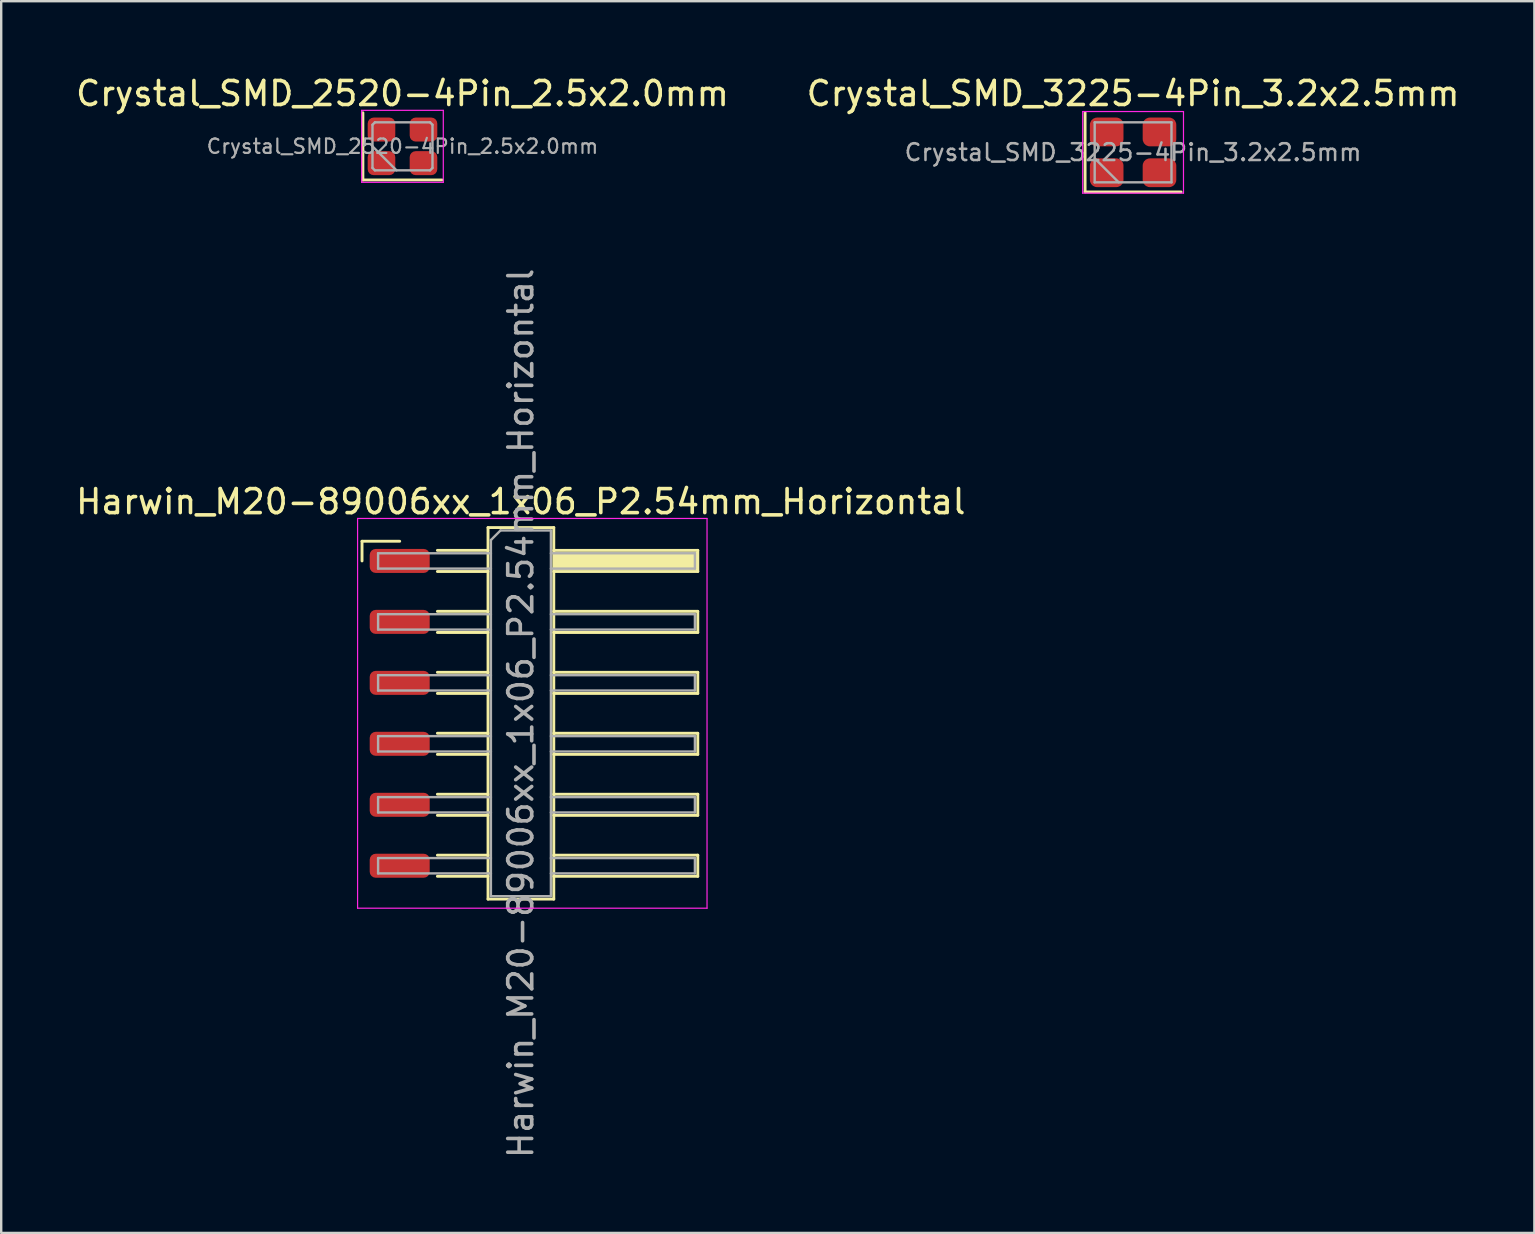
<source format=kicad_pcb>
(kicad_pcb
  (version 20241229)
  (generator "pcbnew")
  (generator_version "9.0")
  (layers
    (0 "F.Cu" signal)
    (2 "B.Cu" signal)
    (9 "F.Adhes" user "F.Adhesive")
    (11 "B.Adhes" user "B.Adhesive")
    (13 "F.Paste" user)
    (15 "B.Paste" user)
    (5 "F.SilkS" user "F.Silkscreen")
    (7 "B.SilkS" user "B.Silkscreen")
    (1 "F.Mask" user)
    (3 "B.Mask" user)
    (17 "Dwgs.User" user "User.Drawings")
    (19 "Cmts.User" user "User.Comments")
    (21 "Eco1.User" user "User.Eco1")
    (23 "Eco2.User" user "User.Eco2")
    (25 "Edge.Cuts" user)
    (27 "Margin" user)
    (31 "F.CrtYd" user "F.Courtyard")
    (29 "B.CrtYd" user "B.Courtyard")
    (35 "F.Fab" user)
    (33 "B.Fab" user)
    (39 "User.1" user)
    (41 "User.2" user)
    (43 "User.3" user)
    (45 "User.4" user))
  (footprint "Crystal_SMD_2520-4Pin_2.5x2.0mm"
    (layer "F.Cu")
    (at 13.72 3.048)
    (property "Reference" "Crystal_SMD_2520-4Pin_2.5x2.0mm" (at 0 -2.2 0) (layer "F.SilkS") (effects (font (size 1 1) (thickness 0.15))))
    (attr smd)
    (fp_line (start -1.65 -1.4) (end -1.65 1.4) (stroke (width 0.12) (type solid)) (layer "F.SilkS"))
    (fp_line (start -1.65 1.4) (end 1.65 1.4) (stroke (width 0.12) (type solid)) (layer "F.SilkS"))
    (fp_line (start -1.7 -1.5) (end -1.7 1.5) (stroke (width 0.05) (type solid)) (layer "F.CrtYd"))
    (fp_line (start -1.7 1.5) (end 1.7 1.5) (stroke (width 0.05) (type solid)) (layer "F.CrtYd"))
    (fp_line (start 1.7 -1.5) (end -1.7 -1.5) (stroke (width 0.05) (type solid)) (layer "F.CrtYd"))
    (fp_line (start 1.7 1.5) (end 1.7 -1.5) (stroke (width 0.05) (type solid)) (layer "F.CrtYd"))
    (fp_line (start -1.25 -0.9) (end -1.15 -1) (stroke (width 0.1) (type solid)) (layer "F.Fab"))
    (fp_line (start -1.25 0) (end -0.25 1) (stroke (width 0.1) (type solid)) (layer "F.Fab"))
    (fp_line (start -1.25 0.9) (end -1.25 -0.9) (stroke (width 0.1) (type solid)) (layer "F.Fab"))
    (fp_line (start -1.15 -1) (end 1.15 -1) (stroke (width 0.1) (type solid)) (layer "F.Fab"))
    (fp_line (start -1.15 1) (end -1.25 0.9) (stroke (width 0.1) (type solid)) (layer "F.Fab"))
    (fp_line (start 1.15 -1) (end 1.25 -0.9) (stroke (width 0.1) (type solid)) (layer "F.Fab"))
    (fp_line (start 1.15 1) (end -1.15 1) (stroke (width 0.1) (type solid)) (layer "F.Fab"))
    (fp_line (start 1.25 -0.9) (end 1.25 0.9) (stroke (width 0.1) (type solid)) (layer "F.Fab"))
    (fp_line (start 1.25 0.9) (end 1.15 1) (stroke (width 0.1) (type solid)) (layer "F.Fab"))
    (fp_text user "${REFERENCE}" (at 0 0 0) (layer "F.Fab") (effects (font (size 0.6 0.6) (thickness 0.09))))
    (pad "1" smd roundrect (at -0.875 0.7) (size 1.15 1) (layers "F.Cu" "F.Mask" "F.Paste") (roundrect_rratio 0.25))
    (pad "2" smd roundrect (at 0.875 0.7) (size 1.15 1) (layers "F.Cu" "F.Mask" "F.Paste") (roundrect_rratio 0.25))
    (pad "3" smd roundrect (at 0.875 -0.7) (size 1.15 1) (layers "F.Cu" "F.Mask" "F.Paste") (roundrect_rratio 0.25))
    (pad "4" smd roundrect (at -0.875 -0.7) (size 1.15 1) (layers "F.Cu" "F.Mask" "F.Paste") (roundrect_rratio 0.25)))
  (footprint "Crystal_SMD_3225-4Pin_3.2x2.5mm"
    (layer "F.Cu")
    (at 44.161 3.298)
    (property "Reference" "Crystal_SMD_3225-4Pin_3.2x2.5mm" (at 0 -2.45 0) (layer "F.SilkS") (effects (font (size 1 1) (thickness 0.15))))
    (attr smd)
    (fp_line (start -2 -1.65) (end -2 1.65) (stroke (width 0.12) (type solid)) (layer "F.SilkS"))
    (fp_line (start -2 1.65) (end 2 1.65) (stroke (width 0.12) (type solid)) (layer "F.SilkS"))
    (fp_line (start -2.1 -1.7) (end -2.1 1.7) (stroke (width 0.05) (type solid)) (layer "F.CrtYd"))
    (fp_line (start -2.1 1.7) (end 2.1 1.7) (stroke (width 0.05) (type solid)) (layer "F.CrtYd"))
    (fp_line (start 2.1 -1.7) (end -2.1 -1.7) (stroke (width 0.05) (type solid)) (layer "F.CrtYd"))
    (fp_line (start 2.1 1.7) (end 2.1 -1.7) (stroke (width 0.05) (type solid)) (layer "F.CrtYd"))
    (fp_line (start -1.6 -1.25) (end -1.6 1.25) (stroke (width 0.1) (type solid)) (layer "F.Fab"))
    (fp_line (start -1.6 0.25) (end -0.6 1.25) (stroke (width 0.1) (type solid)) (layer "F.Fab"))
    (fp_line (start -1.6 1.25) (end 1.6 1.25) (stroke (width 0.1) (type solid)) (layer "F.Fab"))
    (fp_line (start 1.6 -1.25) (end -1.6 -1.25) (stroke (width 0.1) (type solid)) (layer "F.Fab"))
    (fp_line (start 1.6 1.25) (end 1.6 -1.25) (stroke (width 0.1) (type solid)) (layer "F.Fab"))
    (fp_text user "${REFERENCE}" (at 0 0 0) (layer "F.Fab") (effects (font (size 0.7 0.7) (thickness 0.105))))
    (pad "1" smd roundrect (at -1.1 0.85) (size 1.4 1.2) (layers "F.Cu" "F.Mask" "F.Paste") (roundrect_rratio 0.25))
    (pad "2" smd roundrect (at 1.1 0.85) (size 1.4 1.2) (layers "F.Cu" "F.Mask" "F.Paste") (roundrect_rratio 0.25))
    (pad "3" smd roundrect (at 1.1 -0.85) (size 1.4 1.2) (layers "F.Cu" "F.Mask" "F.Paste") (roundrect_rratio 0.25))
    (pad "4" smd roundrect (at -1.1 -0.85) (size 1.4 1.2) (layers "F.Cu" "F.Mask" "F.Paste") (roundrect_rratio 0.25)))
  (footprint "Harwin_M20-89006xx_1x06_P2.54mm_Horizontal"
    (layer "F.Cu")
    (at 19.129 26.672)
    (property "Reference" "Harwin_M20-89006xx_1x06_P2.54mm_Horizontal" (at -0.48 -8.82 0) (layer "F.SilkS") (effects (font (size 1 1) (thickness 0.15))))
    (attr smd)
    (fp_line (start -7.095 -7.17) (end -5.525 -7.17) (stroke (width 0.12) (type solid)) (layer "F.SilkS"))
    (fp_line (start -7.095 -6.35) (end -7.095 -7.17) (stroke (width 0.12) (type solid)) (layer "F.SilkS"))
    (fp_line (start -3.955 -6.79) (end -1.845 -6.79) (stroke (width 0.12) (type solid)) (layer "F.SilkS"))
    (fp_line (start -3.955 -5.91) (end -1.845 -5.91) (stroke (width 0.12) (type solid)) (layer "F.SilkS"))
    (fp_line (start -3.955 -4.25) (end -1.845 -4.25) (stroke (width 0.12) (type solid)) (layer "F.SilkS"))
    (fp_line (start -3.955 -3.37) (end -1.845 -3.37) (stroke (width 0.12) (type solid)) (layer "F.SilkS"))
    (fp_line (start -3.955 -1.71) (end -1.845 -1.71) (stroke (width 0.12) (type solid)) (layer "F.SilkS"))
    (fp_line (start -3.955 -0.83) (end -1.845 -0.83) (stroke (width 0.12) (type solid)) (layer "F.SilkS"))
    (fp_line (start -3.955 0.83) (end -1.845 0.83) (stroke (width 0.12) (type solid)) (layer "F.SilkS"))
    (fp_line (start -3.955 1.71) (end -1.845 1.71) (stroke (width 0.12) (type solid)) (layer "F.SilkS"))
    (fp_line (start -3.955 3.37) (end -1.845 3.37) (stroke (width 0.12) (type solid)) (layer "F.SilkS"))
    (fp_line (start -3.955 4.25) (end -1.845 4.25) (stroke (width 0.12) (type solid)) (layer "F.SilkS"))
    (fp_line (start -3.955 5.91) (end -1.845 5.91) (stroke (width 0.12) (type solid)) (layer "F.SilkS"))
    (fp_line (start -3.955 6.79) (end -1.845 6.79) (stroke (width 0.12) (type solid)) (layer "F.SilkS"))
    (fp_line (start -1.845 -7.74) (end 0.895 -7.74) (stroke (width 0.12) (type solid)) (layer "F.SilkS"))
    (fp_line (start -1.845 7.74) (end -1.845 -7.74) (stroke (width 0.12) (type solid)) (layer "F.SilkS"))
    (fp_line (start 0.895 -7.74) (end 0.895 7.74) (stroke (width 0.12) (type solid)) (layer "F.SilkS"))
    (fp_line (start 0.895 -6.79) (end 6.895 -6.79) (stroke (width 0.12) (type solid)) (layer "F.SilkS"))
    (fp_line (start 0.895 -4.25) (end 6.895 -4.25) (stroke (width 0.12) (type solid)) (layer "F.SilkS"))
    (fp_line (start 0.895 -1.71) (end 6.895 -1.71) (stroke (width 0.12) (type solid)) (layer "F.SilkS"))
    (fp_line (start 0.895 0.83) (end 6.895 0.83) (stroke (width 0.12) (type solid)) (layer "F.SilkS"))
    (fp_line (start 0.895 3.37) (end 6.895 3.37) (stroke (width 0.12) (type solid)) (layer "F.SilkS"))
    (fp_line (start 0.895 5.91) (end 6.895 5.91) (stroke (width 0.12) (type solid)) (layer "F.SilkS"))
    (fp_line (start 0.895 7.74) (end -1.845 7.74) (stroke (width 0.12) (type solid)) (layer "F.SilkS"))
    (fp_line (start 6.895 -6.79) (end 6.895 -5.91) (stroke (width 0.12) (type solid)) (layer "F.SilkS"))
    (fp_line (start 6.895 -5.91) (end 0.895 -5.91) (stroke (width 0.12) (type solid)) (layer "F.SilkS"))
    (fp_line (start 6.895 -4.25) (end 6.895 -3.37) (stroke (width 0.12) (type solid)) (layer "F.SilkS"))
    (fp_line (start 6.895 -3.37) (end 0.895 -3.37) (stroke (width 0.12) (type solid)) (layer "F.SilkS"))
    (fp_line (start 6.895 -1.71) (end 6.895 -0.83) (stroke (width 0.12) (type solid)) (layer "F.SilkS"))
    (fp_line (start 6.895 -0.83) (end 0.895 -0.83) (stroke (width 0.12) (type solid)) (layer "F.SilkS"))
    (fp_line (start 6.895 0.83) (end 6.895 1.71) (stroke (width 0.12) (type solid)) (layer "F.SilkS"))
    (fp_line (start 6.895 1.71) (end 0.895 1.71) (stroke (width 0.12) (type solid)) (layer "F.SilkS"))
    (fp_line (start 6.895 3.37) (end 6.895 4.25) (stroke (width 0.12) (type solid)) (layer "F.SilkS"))
    (fp_line (start 6.895 4.25) (end 0.895 4.25) (stroke (width 0.12) (type solid)) (layer "F.SilkS"))
    (fp_line (start 6.895 5.91) (end 6.895 6.79) (stroke (width 0.12) (type solid)) (layer "F.SilkS"))
    (fp_line (start 6.895 6.79) (end 0.895 6.79) (stroke (width 0.12) (type solid)) (layer "F.SilkS"))
    (fp_line (start -7.28 -8.12) (end 7.28 -8.12) (stroke (width 0.05) (type solid)) (layer "F.CrtYd"))
    (fp_line (start -7.28 8.12) (end -7.28 -8.12) (stroke (width 0.05) (type solid)) (layer "F.CrtYd"))
    (fp_line (start 7.28 -8.12) (end 7.28 8.12) (stroke (width 0.05) (type solid)) (layer "F.CrtYd"))
    (fp_line (start 7.28 8.12) (end -7.28 8.12) (stroke (width 0.05) (type solid)) (layer "F.CrtYd"))
    (fp_line (start -6.425 -6.67) (end -6.425 -6.03) (stroke (width 0.1) (type solid)) (layer "F.Fab"))
    (fp_line (start -6.425 -6.03) (end -1.725 -6.03) (stroke (width 0.1) (type solid)) (layer "F.Fab"))
    (fp_line (start -6.425 -4.13) (end -6.425 -3.49) (stroke (width 0.1) (type solid)) (layer "F.Fab"))
    (fp_line (start -6.425 -3.49) (end -1.725 -3.49) (stroke (width 0.1) (type solid)) (layer "F.Fab"))
    (fp_line (start -6.425 -1.59) (end -6.425 -0.95) (stroke (width 0.1) (type solid)) (layer "F.Fab"))
    (fp_line (start -6.425 -0.95) (end -1.725 -0.95) (stroke (width 0.1) (type solid)) (layer "F.Fab"))
    (fp_line (start -6.425 0.95) (end -6.425 1.59) (stroke (width 0.1) (type solid)) (layer "F.Fab"))
    (fp_line (start -6.425 1.59) (end -1.725 1.59) (stroke (width 0.1) (type solid)) (layer "F.Fab"))
    (fp_line (start -6.425 3.49) (end -6.425 4.13) (stroke (width 0.1) (type solid)) (layer "F.Fab"))
    (fp_line (start -6.425 4.13) (end -1.725 4.13) (stroke (width 0.1) (type solid)) (layer "F.Fab"))
    (fp_line (start -6.425 6.03) (end -6.425 6.67) (stroke (width 0.1) (type solid)) (layer "F.Fab"))
    (fp_line (start -6.425 6.67) (end -1.725 6.67) (stroke (width 0.1) (type solid)) (layer "F.Fab"))
    (fp_line (start -1.725 -7.22) (end -1.325 -7.62) (stroke (width 0.1) (type solid)) (layer "F.Fab"))
    (fp_line (start -1.725 -6.67) (end -6.425 -6.67) (stroke (width 0.1) (type solid)) (layer "F.Fab"))
    (fp_line (start -1.725 -4.13) (end -6.425 -4.13) (stroke (width 0.1) (type solid)) (layer "F.Fab"))
    (fp_line (start -1.725 -1.59) (end -6.425 -1.59) (stroke (width 0.1) (type solid)) (layer "F.Fab"))
    (fp_line (start -1.725 0.95) (end -6.425 0.95) (stroke (width 0.1) (type solid)) (layer "F.Fab"))
    (fp_line (start -1.725 3.49) (end -6.425 3.49) (stroke (width 0.1) (type solid)) (layer "F.Fab"))
    (fp_line (start -1.725 6.03) (end -6.425 6.03) (stroke (width 0.1) (type solid)) (layer "F.Fab"))
    (fp_line (start -1.725 7.62) (end -1.725 -7.22) (stroke (width 0.1) (type solid)) (layer "F.Fab"))
    (fp_line (start -1.325 -7.62) (end 0.775 -7.62) (stroke (width 0.1) (type solid)) (layer "F.Fab"))
    (fp_line (start 0.775 -7.62) (end 0.775 7.62) (stroke (width 0.1) (type solid)) (layer "F.Fab"))
    (fp_line (start 0.775 -6.67) (end 6.775 -6.67) (stroke (width 0.1) (type solid)) (layer "F.Fab"))
    (fp_line (start 0.775 -4.13) (end 6.775 -4.13) (stroke (width 0.1) (type solid)) (layer "F.Fab"))
    (fp_line (start 0.775 -1.59) (end 6.775 -1.59) (stroke (width 0.1) (type solid)) (layer "F.Fab"))
    (fp_line (start 0.775 0.95) (end 6.775 0.95) (stroke (width 0.1) (type solid)) (layer "F.Fab"))
    (fp_line (start 0.775 3.49) (end 6.775 3.49) (stroke (width 0.1) (type solid)) (layer "F.Fab"))
    (fp_line (start 0.775 6.03) (end 6.775 6.03) (stroke (width 0.1) (type solid)) (layer "F.Fab"))
    (fp_line (start 0.775 7.62) (end -1.725 7.62) (stroke (width 0.1) (type solid)) (layer "F.Fab"))
    (fp_line (start 6.775 -6.67) (end 6.775 -6.03) (stroke (width 0.1) (type solid)) (layer "F.Fab"))
    (fp_line (start 6.775 -6.03) (end 0.775 -6.03) (stroke (width 0.1) (type solid)) (layer "F.Fab"))
    (fp_line (start 6.775 -4.13) (end 6.775 -3.49) (stroke (width 0.1) (type solid)) (layer "F.Fab"))
    (fp_line (start 6.775 -3.49) (end 0.775 -3.49) (stroke (width 0.1) (type solid)) (layer "F.Fab"))
    (fp_line (start 6.775 -1.59) (end 6.775 -0.95) (stroke (width 0.1) (type solid)) (layer "F.Fab"))
    (fp_line (start 6.775 -0.95) (end 0.775 -0.95) (stroke (width 0.1) (type solid)) (layer "F.Fab"))
    (fp_line (start 6.775 0.95) (end 6.775 1.59) (stroke (width 0.1) (type solid)) (layer "F.Fab"))
    (fp_line (start 6.775 1.59) (end 0.775 1.59) (stroke (width 0.1) (type solid)) (layer "F.Fab"))
    (fp_line (start 6.775 3.49) (end 6.775 4.13) (stroke (width 0.1) (type solid)) (layer "F.Fab"))
    (fp_line (start 6.775 4.13) (end 0.775 4.13) (stroke (width 0.1) (type solid)) (layer "F.Fab"))
    (fp_line (start 6.775 6.03) (end 6.775 6.67) (stroke (width 0.1) (type solid)) (layer "F.Fab"))
    (fp_line (start 6.775 6.67) (end 0.775 6.67) (stroke (width 0.1) (type solid)) (layer "F.Fab"))
    (fp_text user "${REFERENCE}" (at -0.48 0 90) (layer "F.Fab") (effects (font (size 1 1) (thickness 0.15))))
    (pad "" smd rect (at 3.895 -6.35) (size 6 0.76) (layers "F.SilkS"))
    (pad "1" smd roundrect (at -5.525 -6.35) (size 2.5 1) (layers "F.Cu" "F.Mask" "F.Paste") (roundrect_rratio 0.25))
    (pad "2" smd roundrect (at -5.525 -3.81) (size 2.5 1) (layers "F.Cu" "F.Mask" "F.Paste") (roundrect_rratio 0.25))
    (pad "3" smd roundrect (at -5.525 -1.27) (size 2.5 1) (layers "F.Cu" "F.Mask" "F.Paste") (roundrect_rratio 0.25))
    (pad "4" smd roundrect (at -5.525 1.27) (size 2.5 1) (layers "F.Cu" "F.Mask" "F.Paste") (roundrect_rratio 0.25))
    (pad "5" smd roundrect (at -5.525 3.81) (size 2.5 1) (layers "F.Cu" "F.Mask" "F.Paste") (roundrect_rratio 0.25))
    (pad "6" smd roundrect (at -5.525 6.35) (size 2.5 1) (layers "F.Cu" "F.Mask" "F.Paste") (roundrect_rratio 0.25)))
  (gr_rect
    (start -3 -3)
    (end 60.881 48.321)
    (stroke (width 0.1) (type default))
    (fill no)
    (layer "Edge.Cuts")))
</source>
